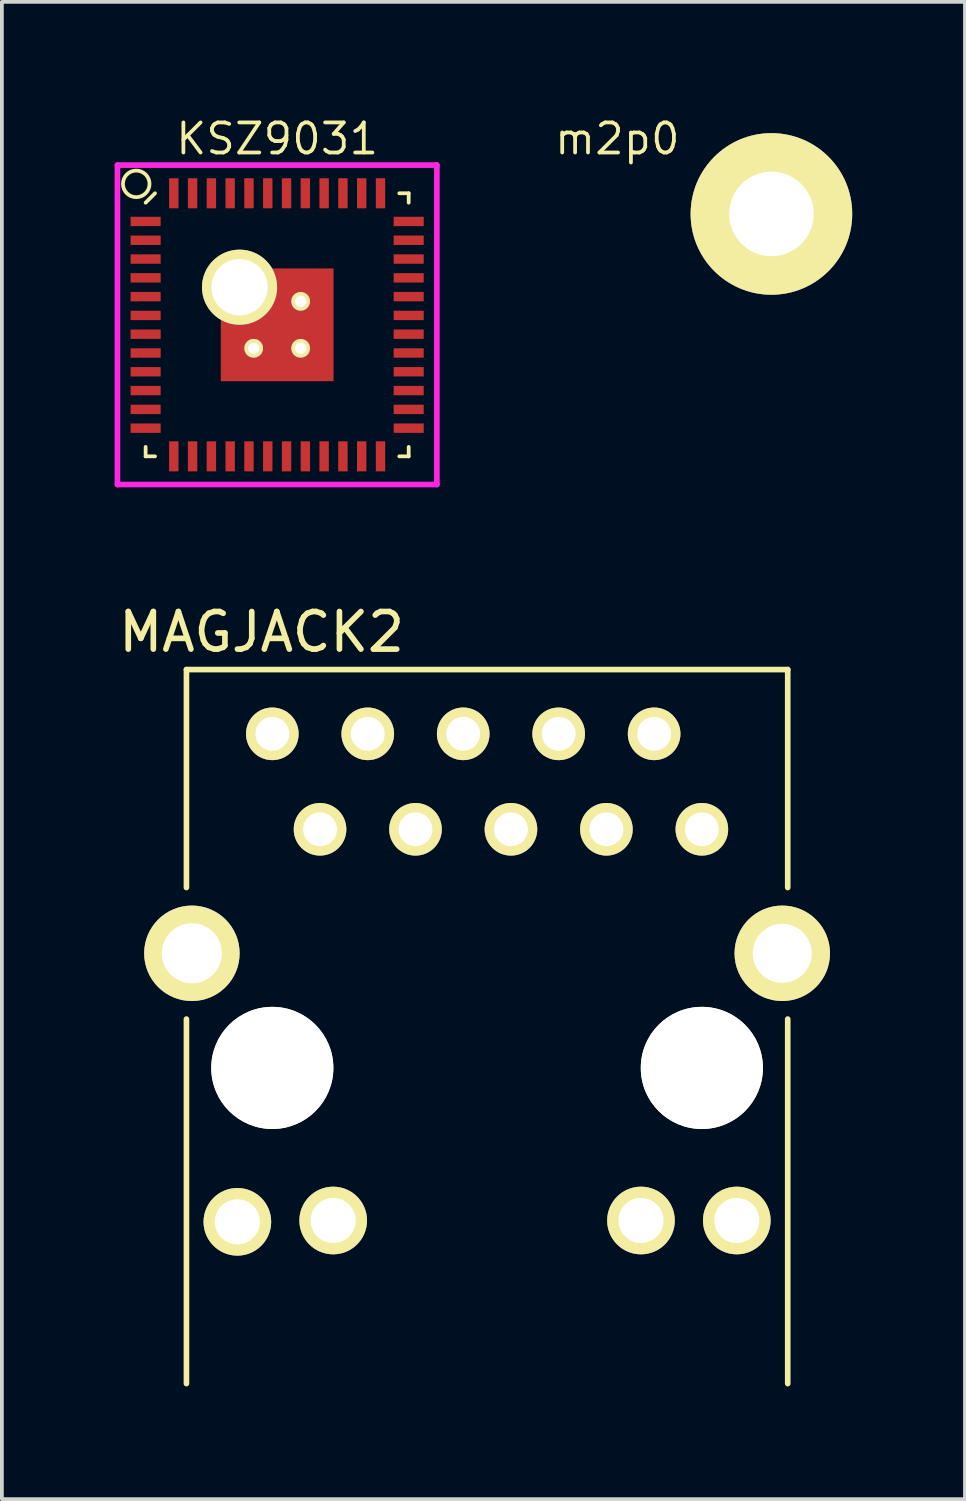
<source format=kicad_pcb>
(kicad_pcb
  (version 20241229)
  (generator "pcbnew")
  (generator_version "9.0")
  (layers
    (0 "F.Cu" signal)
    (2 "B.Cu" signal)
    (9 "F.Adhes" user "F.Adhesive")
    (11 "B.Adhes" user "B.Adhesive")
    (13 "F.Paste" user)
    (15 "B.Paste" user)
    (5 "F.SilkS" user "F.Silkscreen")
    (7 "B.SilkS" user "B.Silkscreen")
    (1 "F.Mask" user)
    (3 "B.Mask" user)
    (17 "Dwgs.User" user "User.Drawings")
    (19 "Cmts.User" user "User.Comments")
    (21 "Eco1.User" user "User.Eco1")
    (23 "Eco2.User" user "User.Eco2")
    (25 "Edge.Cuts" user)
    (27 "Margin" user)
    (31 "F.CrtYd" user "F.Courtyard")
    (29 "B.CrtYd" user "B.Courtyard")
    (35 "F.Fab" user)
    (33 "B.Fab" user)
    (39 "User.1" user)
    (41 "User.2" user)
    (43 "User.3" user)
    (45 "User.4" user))
  (footprint "KSZ9031"
    (layer "F.Cu")
    (at 4.325 5.593)
    (property "Reference" "KSZ9031" (at 0 -4.95 0) (layer "F.SilkS") (effects (font (size 0.8 0.8) (thickness 0.1))))
    (attr through_hole)
    (fp_line (start -3.5 -3.25) (end -3.25 -3.5) (stroke (width 0.1) (type solid)) (layer "F.SilkS"))
    (fp_line (start -3.5 3.5) (end -3.5 3.25) (stroke (width 0.1) (type solid)) (layer "F.SilkS"))
    (fp_line (start -3.25 3.5) (end -3.5 3.5) (stroke (width 0.1) (type solid)) (layer "F.SilkS"))
    (fp_line (start 3.25 -3.5) (end 3.5 -3.5) (stroke (width 0.1) (type solid)) (layer "F.SilkS"))
    (fp_line (start 3.25 3.5) (end 3.5 3.5) (stroke (width 0.1) (type solid)) (layer "F.SilkS"))
    (fp_line (start 3.5 -3.5) (end 3.5 -3.25) (stroke (width 0.1) (type solid)) (layer "F.SilkS"))
    (fp_line (start 3.5 3.5) (end 3.5 3.25) (stroke (width 0.1) (type solid)) (layer "F.SilkS"))
    (fp_circle (center -3.75 -3.75) (end -4 -4) (stroke (width 0.1) (type solid)) (fill no) (layer "F.SilkS"))
    (fp_line (start -4.25 -4.25) (end 4.25 -4.25) (stroke (width 0.15) (type solid)) (layer "F.CrtYd"))
    (fp_line (start -4.25 4.25) (end -4.25 -4.25) (stroke (width 0.15) (type solid)) (layer "F.CrtYd"))
    (fp_line (start 4.25 -4.25) (end 4.25 4.25) (stroke (width 0.15) (type solid)) (layer "F.CrtYd"))
    (fp_line (start 4.25 4.25) (end -4.25 4.25) (stroke (width 0.15) (type solid)) (layer "F.CrtYd"))
    (pad "1" smd rect (at -3.5 -2.75 90) (size 0.25 0.8) (layers "F.Cu" "F.Mask" "F.Paste"))
    (pad "2" smd rect (at -3.5 -2.25 90) (size 0.25 0.8) (layers "F.Cu" "F.Mask" "F.Paste"))
    (pad "3" smd rect (at -3.5 -1.75 90) (size 0.25 0.8) (layers "F.Cu" "F.Mask" "F.Paste"))
    (pad "4" smd rect (at -3.5 -1.25 90) (size 0.25 0.8) (layers "F.Cu" "F.Mask" "F.Paste"))
    (pad "5" smd rect (at -3.5 -0.75 90) (size 0.25 0.8) (layers "F.Cu" "F.Mask" "F.Paste"))
    (pad "6" smd rect (at -3.5 -0.25 90) (size 0.25 0.8) (layers "F.Cu" "F.Mask" "F.Paste"))
    (pad "7" smd rect (at -3.5 0.25 90) (size 0.25 0.8) (layers "F.Cu" "F.Mask" "F.Paste"))
    (pad "8" smd rect (at -3.5 0.75 90) (size 0.25 0.8) (layers "F.Cu" "F.Mask" "F.Paste"))
    (pad "9" smd rect (at -3.5 1.25 90) (size 0.25 0.8) (layers "F.Cu" "F.Mask" "F.Paste"))
    (pad "10" smd rect (at -3.5 1.75 90) (size 0.25 0.8) (layers "F.Cu" "F.Mask" "F.Paste"))
    (pad "11" smd rect (at -3.5 2.25 90) (size 0.25 0.8) (layers "F.Cu" "F.Mask" "F.Paste"))
    (pad "12" smd rect (at -3.5 2.75 90) (size 0.25 0.8) (layers "F.Cu" "F.Mask" "F.Paste"))
    (pad "13" smd rect (at -2.75 3.5) (size 0.25 0.8) (layers "F.Cu" "F.Mask" "F.Paste"))
    (pad "14" smd rect (at -2.25 3.5) (size 0.25 0.8) (layers "F.Cu" "F.Mask" "F.Paste"))
    (pad "15" smd rect (at -1.75 3.5) (size 0.25 0.8) (layers "F.Cu" "F.Mask" "F.Paste"))
    (pad "16" smd rect (at -1.25 3.5) (size 0.25 0.8) (layers "F.Cu" "F.Mask" "F.Paste"))
    (pad "17" smd rect (at -0.75 3.5) (size 0.25 0.8) (layers "F.Cu" "F.Mask" "F.Paste"))
    (pad "18" smd rect (at -0.25 3.5) (size 0.25 0.8) (layers "F.Cu" "F.Mask" "F.Paste"))
    (pad "19" smd rect (at 0.25 3.5) (size 0.25 0.8) (layers "F.Cu" "F.Mask" "F.Paste"))
    (pad "20" smd rect (at 0.75 3.5) (size 0.25 0.8) (layers "F.Cu" "F.Mask" "F.Paste"))
    (pad "21" smd rect (at 1.25 3.5) (size 0.25 0.8) (layers "F.Cu" "F.Mask" "F.Paste"))
    (pad "22" smd rect (at 1.75 3.5) (size 0.25 0.8) (layers "F.Cu" "F.Mask" "F.Paste"))
    (pad "23" smd rect (at 2.25 3.5) (size 0.25 0.8) (layers "F.Cu" "F.Mask" "F.Paste"))
    (pad "24" smd rect (at 2.75 3.5) (size 0.25 0.8) (layers "F.Cu" "F.Mask" "F.Paste"))
    (pad "25" smd rect (at 3.5 2.75 90) (size 0.25 0.8) (layers "F.Cu" "F.Mask" "F.Paste"))
    (pad "26" smd rect (at 3.5 2.25 90) (size 0.25 0.8) (layers "F.Cu" "F.Mask" "F.Paste"))
    (pad "27" smd rect (at 3.5 1.75 90) (size 0.25 0.8) (layers "F.Cu" "F.Mask" "F.Paste"))
    (pad "28" smd rect (at 3.5 1.25 90) (size 0.25 0.8) (layers "F.Cu" "F.Mask" "F.Paste"))
    (pad "29" smd rect (at 3.5 0.75 90) (size 0.25 0.8) (layers "F.Cu" "F.Mask" "F.Paste"))
    (pad "30" smd rect (at 3.5 0.25 90) (size 0.25 0.8) (layers "F.Cu" "F.Mask" "F.Paste"))
    (pad "31" smd rect (at 3.5 -0.25 90) (size 0.25 0.8) (layers "F.Cu" "F.Mask" "F.Paste"))
    (pad "32" smd rect (at 3.5 -0.75 90) (size 0.25 0.8) (layers "F.Cu" "F.Mask" "F.Paste"))
    (pad "33" smd rect (at 3.5 -1.25 90) (size 0.25 0.8) (layers "F.Cu" "F.Mask" "F.Paste"))
    (pad "34" smd rect (at 3.5 -1.75 90) (size 0.25 0.8) (layers "F.Cu" "F.Mask" "F.Paste"))
    (pad "35" smd rect (at 3.5 -2.25 90) (size 0.25 0.8) (layers "F.Cu" "F.Mask" "F.Paste"))
    (pad "36" smd rect (at 3.5 -2.75 90) (size 0.25 0.8) (layers "F.Cu" "F.Mask" "F.Paste"))
    (pad "37" smd rect (at 2.75 -3.5) (size 0.25 0.8) (layers "F.Cu" "F.Mask" "F.Paste"))
    (pad "38" smd rect (at 2.25 -3.5) (size 0.25 0.8) (layers "F.Cu" "F.Mask" "F.Paste"))
    (pad "39" smd rect (at 1.75 -3.5) (size 0.25 0.8) (layers "F.Cu" "F.Mask" "F.Paste"))
    (pad "40" smd rect (at 1.25 -3.5) (size 0.25 0.8) (layers "F.Cu" "F.Mask" "F.Paste"))
    (pad "41" smd rect (at 0.75 -3.5) (size 0.25 0.8) (layers "F.Cu" "F.Mask" "F.Paste"))
    (pad "42" smd rect (at 0.25 -3.5) (size 0.25 0.8) (layers "F.Cu" "F.Mask" "F.Paste"))
    (pad "43" smd rect (at -0.25 -3.5) (size 0.25 0.8) (layers "F.Cu" "F.Mask" "F.Paste"))
    (pad "44" smd rect (at -0.75 -3.5) (size 0.25 0.8) (layers "F.Cu" "F.Mask" "F.Paste"))
    (pad "45" smd rect (at -1.25 -3.5) (size 0.25 0.8) (layers "F.Cu" "F.Mask" "F.Paste"))
    (pad "46" smd rect (at -1.75 -3.5) (size 0.25 0.8) (layers "F.Cu" "F.Mask" "F.Paste"))
    (pad "47" smd rect (at -2.25 -3.5) (size 0.25 0.8) (layers "F.Cu" "F.Mask" "F.Paste"))
    (pad "48" smd rect (at -2.75 -3.5) (size 0.25 0.8) (layers "F.Cu" "F.Mask" "F.Paste"))
    (pad "49" thru_hole circle (at -1 -1) (size 2 2) (drill 1.5) (layers "*.Cu" "*.Mask" "F.SilkS"))
    (pad "49" smd rect (at -0.625 -0.625) (size 0.93 0.93) (layers "F.Cu" "F.Mask" "F.Paste"))
    (pad "49" thru_hole circle (at -0.625 0.625) (size 0.5 0.5) (drill 0.3) (layers "*.Cu" "*.Mask" "F.SilkS"))
    (pad "49" smd rect (at -0.625 0.625) (size 0.93 0.93) (layers "F.Cu" "F.Mask" "F.Paste"))
    (pad "49" smd rect (at 0 0) (size 3 3) (layers "F.Cu" "F.Mask"))
    (pad "49" thru_hole circle (at 0.625 -0.625) (size 0.5 0.5) (drill 0.3) (layers "*.Cu" "*.Mask" "F.SilkS"))
    (pad "49" smd rect (at 0.625 -0.625) (size 0.93 0.93) (layers "F.Cu" "F.Mask" "F.Paste"))
    (pad "49" thru_hole circle (at 0.625 0.625) (size 0.5 0.5) (drill 0.3) (layers "*.Cu" "*.Mask" "F.SilkS"))
    (pad "49" smd rect (at 0.625 0.625) (size 0.93 0.93) (layers "F.Cu" "F.Mask" "F.Paste")))
  (footprint "m2p0"
    (layer "F.Cu")
    (at 17.477 2.643)
    (property "Reference" "m2p0" (at -4.1 -2 0) (layer "F.SilkS") (effects (font (size 0.8 0.8) (thickness 0.1))))
    (attr through_hole)
    (pad "" np_thru_hole circle (at 0 0) (size 4.3 4.3) (drill 2.25) (layers "*.Cu" "*.Mask" "F.SilkS")))
  (footprint "MAGJACK2"
    (layer "F.Cu")
    (at 9.911 25.367)
    (property "Reference" "MAGJACK2" (at -6 -11.6 0) (layer "F.SilkS") (effects (font (size 1 1) (thickness 0.15))))
    (attr through_hole)
    (fp_line (start -8 -10.6) (end -8 -4.8) (stroke (width 0.15) (type solid)) (layer "F.SilkS"))
    (fp_line (start -8 -10.6) (end 8 -10.6) (stroke (width 0.15) (type solid)) (layer "F.SilkS"))
    (fp_line (start -8 -1.3) (end -8 8.4) (stroke (width 0.15) (type solid)) (layer "F.SilkS"))
    (fp_line (start 8 -10.6) (end 8 -4.8) (stroke (width 0.15) (type solid)) (layer "F.SilkS"))
    (fp_line (start 8 -1.3) (end 8 8.4) (stroke (width 0.15) (type solid)) (layer "F.SilkS"))
    (pad "" np_thru_hole circle (at -5.715 0) (size 3.25 3.25) (drill 3.25) (layers "*.Cu" "*.Mask" "F.SilkS"))
    (pad "" np_thru_hole circle (at 5.715 0) (size 3.25 3.25) (drill 3.25) (layers "*.Cu" "*.Mask" "F.SilkS"))
    (pad "1" thru_hole circle (at -5.715 -8.89) (size 1.4 1.4) (drill 0.9) (layers "*.Cu" "*.Mask" "F.SilkS"))
    (pad "2" thru_hole circle (at -4.445 -6.35) (size 1.4 1.4) (drill 0.9) (layers "*.Cu" "*.Mask" "F.SilkS"))
    (pad "3" thru_hole circle (at -3.175 -8.89) (size 1.4 1.4) (drill 0.9) (layers "*.Cu" "*.Mask" "F.SilkS"))
    (pad "4" thru_hole circle (at -1.905 -6.35) (size 1.4 1.4) (drill 0.9) (layers "*.Cu" "*.Mask" "F.SilkS"))
    (pad "5" thru_hole circle (at -0.635 -8.89) (size 1.4 1.4) (drill 0.9) (layers "*.Cu" "*.Mask" "F.SilkS"))
    (pad "6" thru_hole circle (at 0.635 -6.35) (size 1.4 1.4) (drill 0.9) (layers "*.Cu" "*.Mask" "F.SilkS"))
    (pad "7" thru_hole circle (at 1.905 -8.89) (size 1.4 1.4) (drill 0.9) (layers "*.Cu" "*.Mask" "F.SilkS"))
    (pad "8" thru_hole circle (at 3.175 -6.35) (size 1.4 1.4) (drill 0.9) (layers "*.Cu" "*.Mask" "F.SilkS"))
    (pad "9" thru_hole circle (at 4.445 -8.89) (size 1.4 1.4) (drill 0.9) (layers "*.Cu" "*.Mask" "F.SilkS"))
    (pad "10" thru_hole circle (at 5.715 -6.35) (size 1.4 1.4) (drill 0.9) (layers "*.Cu" "*.Mask" "F.SilkS"))
    (pad "11" thru_hole circle (at -6.645 4.095) (size 1.8 1.8) (drill 1.2) (layers "*.Cu" "*.Mask" "F.SilkS"))
    (pad "12" thru_hole circle (at -4.095 4.06) (size 1.8 1.8) (drill 1.2) (layers "*.Cu" "*.Mask" "F.SilkS"))
    (pad "13" thru_hole circle (at 4.095 4.06) (size 1.8 1.8) (drill 1.2) (layers "*.Cu" "*.Mask" "F.SilkS"))
    (pad "14" thru_hole circle (at 6.645 4.06) (size 1.8 1.8) (drill 1.2) (layers "*.Cu" "*.Mask" "F.SilkS"))
    (pad "15" thru_hole circle (at -7.855 -3.05) (size 2.54 2.54) (drill 1.6) (layers "*.Cu" "*.Mask" "F.SilkS"))
    (pad "15" thru_hole circle (at 7.855 -3.05) (size 2.54 2.54) (drill 1.57) (layers "*.Cu" "*.Mask" "F.SilkS")))
  (gr_rect
    (start -3 -3)
    (end 22.627 36.842)
    (stroke (width 0.1) (type default))
    (fill no)
    (layer "Edge.Cuts")))
</source>
